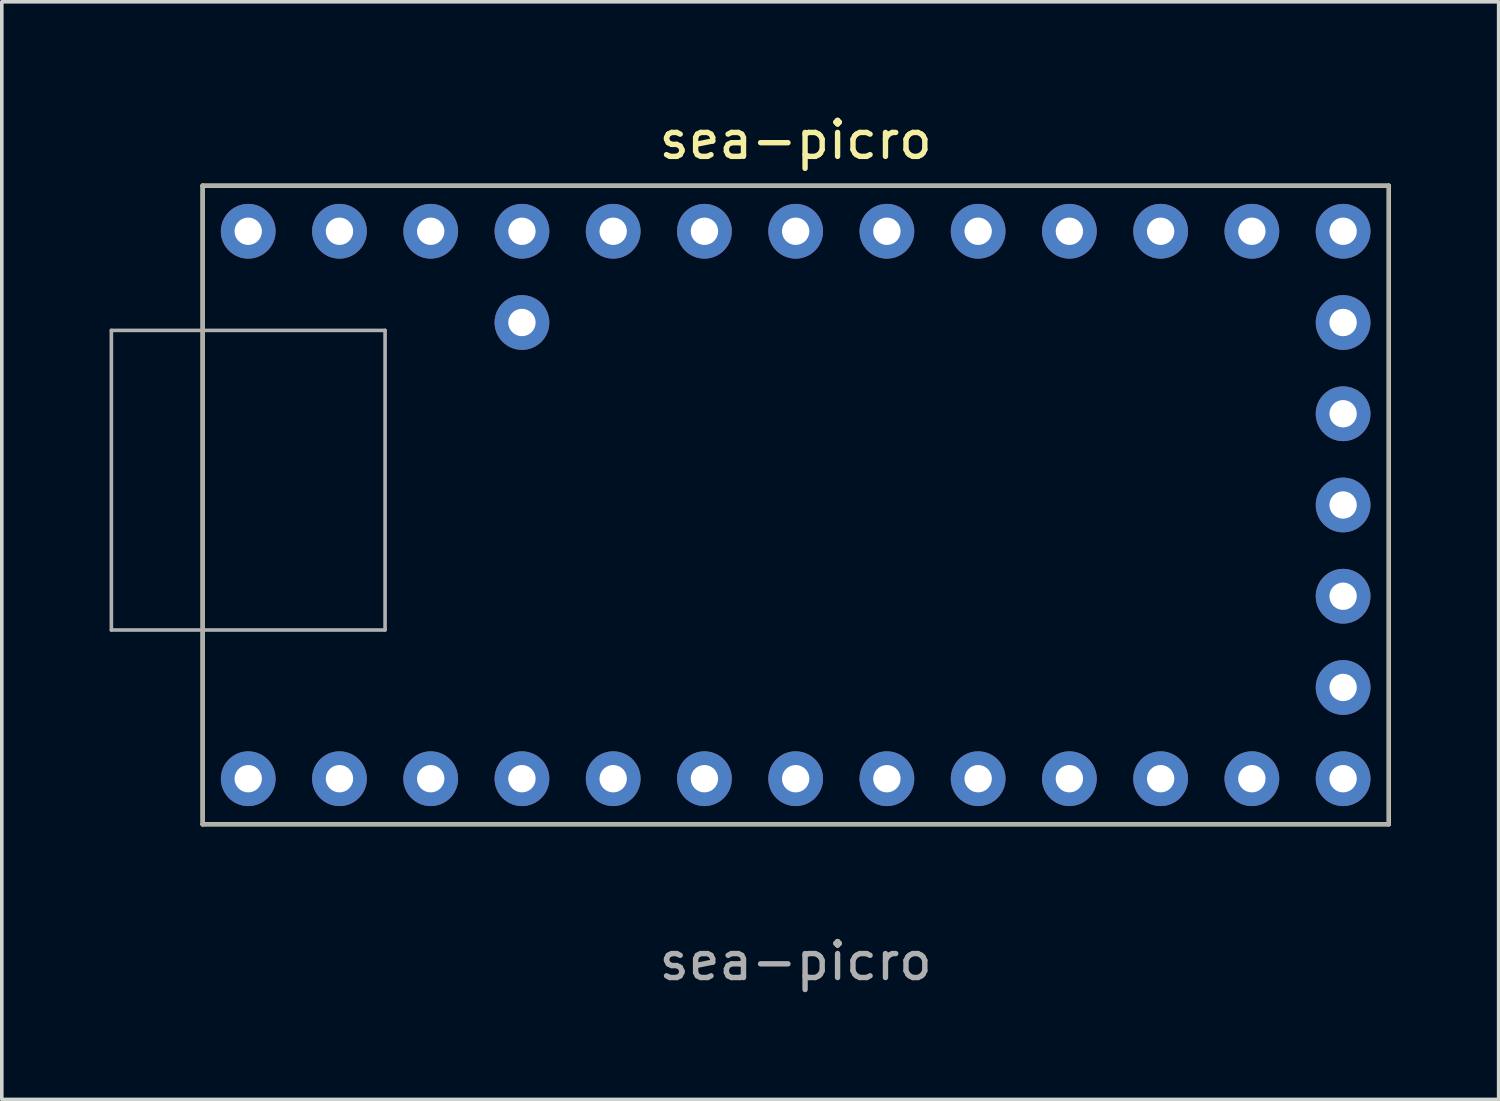
<source format=kicad_pcb>
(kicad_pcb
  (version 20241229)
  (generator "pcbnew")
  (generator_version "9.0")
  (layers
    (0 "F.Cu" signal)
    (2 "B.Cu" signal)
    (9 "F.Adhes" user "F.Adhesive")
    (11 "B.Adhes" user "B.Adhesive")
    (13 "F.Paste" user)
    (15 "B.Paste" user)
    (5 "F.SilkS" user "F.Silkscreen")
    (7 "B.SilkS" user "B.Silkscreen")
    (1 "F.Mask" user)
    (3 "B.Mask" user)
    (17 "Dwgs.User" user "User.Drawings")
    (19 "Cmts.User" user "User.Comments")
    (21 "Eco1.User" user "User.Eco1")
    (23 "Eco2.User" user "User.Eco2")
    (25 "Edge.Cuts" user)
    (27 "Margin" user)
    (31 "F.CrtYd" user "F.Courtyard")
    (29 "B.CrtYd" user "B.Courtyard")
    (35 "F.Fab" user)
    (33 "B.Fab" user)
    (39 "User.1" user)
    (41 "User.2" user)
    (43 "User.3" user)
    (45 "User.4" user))
  (footprint "sea-picro"
    (layer "F.Cu")
    (at 19.1 11.008)
    (property "Reference" "sea-picro" (at 0 -10.16 0) (unlocked yes) (layer "F.SilkS") (effects (font (size 1 1) (thickness 0.15))))
    (attr through_hole)
    (fp_line (start -16.51 -8.89) (end -16.51 8.89) (stroke (width 0.12) (type solid)) (layer "F.SilkS"))
    (fp_line (start -16.51 -8.89) (end 16.51 -8.89) (stroke (width 0.12) (type solid)) (layer "F.SilkS"))
    (fp_line (start -16.51 8.89) (end 16.51 8.89) (stroke (width 0.12) (type solid)) (layer "F.SilkS"))
    (fp_line (start 16.51 -8.89) (end 16.51 8.89) (stroke (width 0.12) (type solid)) (layer "F.SilkS"))
    (fp_line (start -19.05 -4.86) (end -19.05 3.48) (stroke (width 0.1) (type solid)) (layer "F.Fab"))
    (fp_line (start -19.05 -4.86) (end -11.43 -4.86) (stroke (width 0.1) (type solid)) (layer "F.Fab"))
    (fp_line (start -19.05 3.48) (end -11.43 3.48) (stroke (width 0.1) (type solid)) (layer "F.Fab"))
    (fp_line (start -16.51 -8.89) (end 16.51 -8.89) (stroke (width 0.1) (type solid)) (layer "F.Fab"))
    (fp_line (start -16.51 8.89) (end -16.51 -8.89) (stroke (width 0.1) (type solid)) (layer "F.Fab"))
    (fp_line (start -11.43 -4.86) (end -11.43 3.48) (stroke (width 0.1) (type solid)) (layer "F.Fab"))
    (fp_line (start 16.51 -8.89) (end 16.51 8.89) (stroke (width 0.1) (type solid)) (layer "F.Fab"))
    (fp_line (start 16.51 8.89) (end -16.51 8.89) (stroke (width 0.1) (type solid)) (layer "F.Fab"))
    (fp_text user "${REFERENCE}" (at 0 12.7 0) (unlocked yes) (layer "F.Fab") (effects (font (size 1 1) (thickness 0.15))))
    (pad "1" thru_hole circle (at -15.24 7.62) (size 1.524 1.524) (drill 0.762) (layers "*.Cu" "*.Mask"))
    (pad "2" thru_hole circle (at -12.7 7.62) (size 1.524 1.524) (drill 0.762) (layers "*.Cu" "*.Mask"))
    (pad "3" thru_hole circle (at -10.16 7.62) (size 1.524 1.524) (drill 0.762) (layers "*.Cu" "*.Mask"))
    (pad "4" thru_hole circle (at -7.62 7.62) (size 1.524 1.524) (drill 0.762) (layers "*.Cu" "*.Mask"))
    (pad "5" thru_hole circle (at -5.08 7.62) (size 1.524 1.524) (drill 0.762) (layers "*.Cu" "*.Mask"))
    (pad "6" thru_hole circle (at -2.54 7.62) (size 1.524 1.524) (drill 0.762) (layers "*.Cu" "*.Mask"))
    (pad "7" thru_hole circle (at 0 7.62) (size 1.524 1.524) (drill 0.762) (layers "*.Cu" "*.Mask"))
    (pad "8" thru_hole circle (at 2.54 7.62) (size 1.524 1.524) (drill 0.762) (layers "*.Cu" "*.Mask"))
    (pad "9" thru_hole circle (at 5.08 7.62) (size 1.524 1.524) (drill 0.762) (layers "*.Cu" "*.Mask"))
    (pad "10" thru_hole circle (at 7.62 7.62) (size 1.524 1.524) (drill 0.762) (layers "*.Cu" "*.Mask"))
    (pad "11" thru_hole circle (at 10.16 7.62) (size 1.524 1.524) (drill 0.762) (layers "*.Cu" "*.Mask"))
    (pad "12" thru_hole circle (at 12.7 7.62) (size 1.524 1.524) (drill 0.762) (layers "*.Cu" "*.Mask"))
    (pad "13" thru_hole circle (at 15.24 7.62) (size 1.524 1.524) (drill 0.762) (layers "*.Cu" "*.Mask"))
    (pad "14" thru_hole circle (at 15.24 5.08 90) (size 1.524 1.524) (drill 0.762) (layers "*.Cu" "*.Mask"))
    (pad "15" thru_hole circle (at 15.24 2.54 90) (size 1.524 1.524) (drill 0.762) (layers "*.Cu" "*.Mask"))
    (pad "16" thru_hole circle (at 15.24 0 90) (size 1.524 1.524) (drill 0.762) (layers "*.Cu" "*.Mask"))
    (pad "17" thru_hole circle (at 15.24 -2.54 90) (size 1.524 1.524) (drill 0.762) (layers "*.Cu" "*.Mask"))
    (pad "18" thru_hole circle (at 15.24 -5.08 90) (size 1.524 1.524) (drill 0.762) (layers "*.Cu" "*.Mask"))
    (pad "19" thru_hole circle (at 15.24 -7.62) (size 1.524 1.524) (drill 0.762) (layers "*.Cu" "*.Mask"))
    (pad "20" thru_hole circle (at 12.7 -7.62) (size 1.524 1.524) (drill 0.762) (layers "*.Cu" "*.Mask"))
    (pad "21" thru_hole circle (at 10.16 -7.62) (size 1.524 1.524) (drill 0.762) (layers "*.Cu" "*.Mask"))
    (pad "22" thru_hole circle (at 7.62 -7.62) (size 1.524 1.524) (drill 0.762) (layers "*.Cu" "*.Mask"))
    (pad "23" thru_hole circle (at 5.08 -7.62) (size 1.524 1.524) (drill 0.762) (layers "*.Cu" "*.Mask"))
    (pad "24" thru_hole circle (at 2.54 -7.62) (size 1.524 1.524) (drill 0.762) (layers "*.Cu" "*.Mask"))
    (pad "25" thru_hole circle (at 0 -7.62) (size 1.524 1.524) (drill 0.762) (layers "*.Cu" "*.Mask"))
    (pad "26" thru_hole circle (at -2.54 -7.62) (size 1.524 1.524) (drill 0.762) (layers "*.Cu" "*.Mask"))
    (pad "27" thru_hole circle (at -5.08 -7.62) (size 1.524 1.524) (drill 0.762) (layers "*.Cu" "*.Mask"))
    (pad "28" thru_hole circle (at -7.62 -5.08) (size 1.524 1.524) (drill 0.762) (layers "*.Cu" "*.Mask"))
    (pad "29" thru_hole circle (at -7.62 -7.62) (size 1.524 1.524) (drill 0.762) (layers "*.Cu" "*.Mask"))
    (pad "30" thru_hole circle (at -10.16 -7.62) (size 1.524 1.524) (drill 0.762) (layers "*.Cu" "*.Mask"))
    (pad "31" thru_hole circle (at -12.7 -7.62) (size 1.524 1.524) (drill 0.762) (layers "*.Cu" "*.Mask"))
    (pad "32" thru_hole circle (at -15.24 -7.62) (size 1.524 1.524) (drill 0.762) (layers "*.Cu" "*.Mask")))
  (gr_rect
    (start -3 -3)
    (end 38.67 27.556)
    (stroke (width 0.1) (type default))
    (fill no)
    (layer "Edge.Cuts")))
</source>
